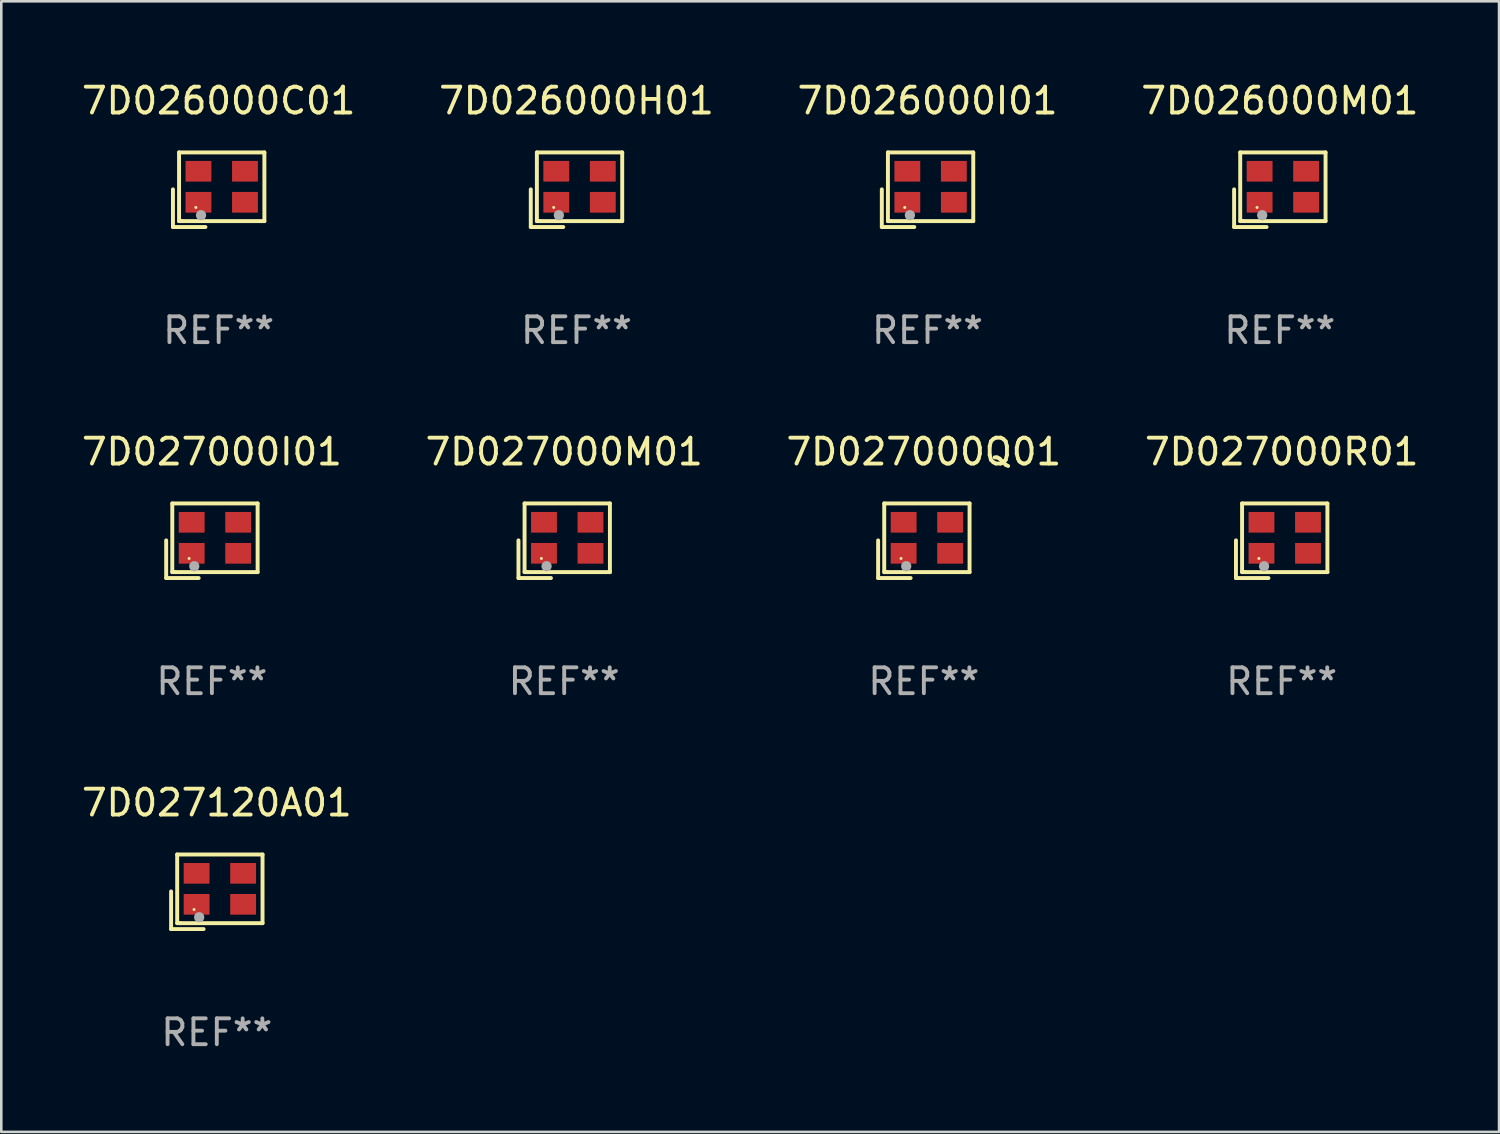
<source format=kicad_pcb>
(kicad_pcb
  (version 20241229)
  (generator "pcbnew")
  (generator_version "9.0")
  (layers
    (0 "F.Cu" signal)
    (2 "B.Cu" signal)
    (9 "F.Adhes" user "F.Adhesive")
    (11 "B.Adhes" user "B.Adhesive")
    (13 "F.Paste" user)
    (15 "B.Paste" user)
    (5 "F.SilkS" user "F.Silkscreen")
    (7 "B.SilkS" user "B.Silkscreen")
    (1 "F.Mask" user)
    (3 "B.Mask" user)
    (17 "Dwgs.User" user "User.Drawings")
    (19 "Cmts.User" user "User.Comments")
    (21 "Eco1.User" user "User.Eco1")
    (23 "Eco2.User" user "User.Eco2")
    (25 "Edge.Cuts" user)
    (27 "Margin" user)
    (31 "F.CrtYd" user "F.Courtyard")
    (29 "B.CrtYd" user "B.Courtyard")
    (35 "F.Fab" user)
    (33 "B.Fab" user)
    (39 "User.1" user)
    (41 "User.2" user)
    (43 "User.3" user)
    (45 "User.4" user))
  (footprint "7D026000H01"
    (layer "F.Cu")
    (at 19.256 4.291)
    (property "Reference" "7D026000H01" (at 0 -3.443 0) (layer "F.SilkS") (effects (font (size 1 1) (thickness 0.15))))
    (attr through_hole)
    (fp_line (start -1.769 -0.014) (end -1.769 1.443) (stroke (width 0.152) (type solid)) (layer "F.SilkS"))
    (fp_line (start -1.769 1.443) (end -0.512 1.443) (stroke (width 0.152) (type solid)) (layer "F.SilkS"))
    (fp_line (start -1.533 -1.443) (end 1.769 -1.443) (stroke (width 0.152) (type solid)) (layer "F.SilkS"))
    (fp_line (start -1.533 1.214) (end -1.533 -1.443) (stroke (width 0.152) (type solid)) (layer "F.SilkS"))
    (fp_line (start -1.411 1.214) (end -1.533 1.214) (stroke (width 0.152) (type solid)) (layer "F.SilkS"))
    (fp_line (start 1.769 -1.443) (end 1.769 1.214) (stroke (width 0.152) (type solid)) (layer "F.SilkS"))
    (fp_line (start 1.769 1.214) (end -1.411 1.214) (stroke (width 0.152) (type solid)) (layer "F.SilkS"))
    (fp_circle (center -0.882 0.686) (end -0.852 0.686) (stroke (width 0.06) (type solid)) (fill no) (layer "F.SilkS"))
    (fp_circle (center -0.682 0.986) (end -0.582 0.986) (stroke (width 0.2) (type solid)) (fill no) (layer "F.Fab"))
    (fp_text user "REF**" (at 0 5.443 0) (layer "F.Fab") (effects (font (size 1 1) (thickness 0.15))))
    (pad "1" smd rect (at -0.782 0.486 90) (size 0.8 1) (layers "F.Cu" "F.Mask" "F.Paste"))
    (pad "2" smd rect (at 1.018 0.486 90) (size 0.8 1) (layers "F.Cu" "F.Mask" "F.Paste"))
    (pad "3" smd rect (at 1.018 -0.714 90) (size 0.8 1) (layers "F.Cu" "F.Mask" "F.Paste"))
    (pad "4" smd rect (at -0.782 -0.714 90) (size 0.8 1) (layers "F.Cu" "F.Mask" "F.Paste")))
  (footprint "7D027000R01"
    (layer "F.Cu")
    (at 46.542 17.873)
    (property "Reference" "7D027000R01" (at 0 -3.443 0) (layer "F.SilkS") (effects (font (size 1 1) (thickness 0.15))))
    (attr through_hole)
    (fp_line (start -1.769 -0.014) (end -1.769 1.443) (stroke (width 0.152) (type solid)) (layer "F.SilkS"))
    (fp_line (start -1.769 1.443) (end -0.512 1.443) (stroke (width 0.152) (type solid)) (layer "F.SilkS"))
    (fp_line (start -1.533 -1.443) (end 1.769 -1.443) (stroke (width 0.152) (type solid)) (layer "F.SilkS"))
    (fp_line (start -1.533 1.214) (end -1.533 -1.443) (stroke (width 0.152) (type solid)) (layer "F.SilkS"))
    (fp_line (start -1.411 1.214) (end -1.533 1.214) (stroke (width 0.152) (type solid)) (layer "F.SilkS"))
    (fp_line (start 1.769 -1.443) (end 1.769 1.214) (stroke (width 0.152) (type solid)) (layer "F.SilkS"))
    (fp_line (start 1.769 1.214) (end -1.411 1.214) (stroke (width 0.152) (type solid)) (layer "F.SilkS"))
    (fp_circle (center -0.882 0.686) (end -0.852 0.686) (stroke (width 0.06) (type solid)) (fill no) (layer "F.SilkS"))
    (fp_circle (center -0.682 0.986) (end -0.582 0.986) (stroke (width 0.2) (type solid)) (fill no) (layer "F.Fab"))
    (fp_text user "REF**" (at 0 5.443 0) (layer "F.Fab") (effects (font (size 1 1) (thickness 0.15))))
    (pad "1" smd rect (at -0.782 0.486 90) (size 0.8 1) (layers "F.Cu" "F.Mask" "F.Paste"))
    (pad "2" smd rect (at 1.018 0.486 90) (size 0.8 1) (layers "F.Cu" "F.Mask" "F.Paste"))
    (pad "3" smd rect (at 1.018 -0.714 90) (size 0.8 1) (layers "F.Cu" "F.Mask" "F.Paste"))
    (pad "4" smd rect (at -0.782 -0.714 90) (size 0.8 1) (layers "F.Cu" "F.Mask" "F.Paste")))
  (footprint "7D027000M01"
    (layer "F.Cu")
    (at 18.78 17.873)
    (property "Reference" "7D027000M01" (at 0 -3.443 0) (layer "F.SilkS") (effects (font (size 1 1) (thickness 0.15))))
    (attr through_hole)
    (fp_line (start -1.769 -0.014) (end -1.769 1.443) (stroke (width 0.152) (type solid)) (layer "F.SilkS"))
    (fp_line (start -1.769 1.443) (end -0.512 1.443) (stroke (width 0.152) (type solid)) (layer "F.SilkS"))
    (fp_line (start -1.533 -1.443) (end 1.769 -1.443) (stroke (width 0.152) (type solid)) (layer "F.SilkS"))
    (fp_line (start -1.533 1.214) (end -1.533 -1.443) (stroke (width 0.152) (type solid)) (layer "F.SilkS"))
    (fp_line (start -1.411 1.214) (end -1.533 1.214) (stroke (width 0.152) (type solid)) (layer "F.SilkS"))
    (fp_line (start 1.769 -1.443) (end 1.769 1.214) (stroke (width 0.152) (type solid)) (layer "F.SilkS"))
    (fp_line (start 1.769 1.214) (end -1.411 1.214) (stroke (width 0.152) (type solid)) (layer "F.SilkS"))
    (fp_circle (center -0.882 0.686) (end -0.852 0.686) (stroke (width 0.06) (type solid)) (fill no) (layer "F.SilkS"))
    (fp_circle (center -0.682 0.986) (end -0.582 0.986) (stroke (width 0.2) (type solid)) (fill no) (layer "F.Fab"))
    (fp_text user "REF**" (at 0 5.443 0) (layer "F.Fab") (effects (font (size 1 1) (thickness 0.15))))
    (pad "1" smd rect (at -0.782 0.486 90) (size 0.8 1) (layers "F.Cu" "F.Mask" "F.Paste"))
    (pad "2" smd rect (at 1.018 0.486 90) (size 0.8 1) (layers "F.Cu" "F.Mask" "F.Paste"))
    (pad "3" smd rect (at 1.018 -0.714 90) (size 0.8 1) (layers "F.Cu" "F.Mask" "F.Paste"))
    (pad "4" smd rect (at -0.782 -0.714 90) (size 0.8 1) (layers "F.Cu" "F.Mask" "F.Paste")))
  (footprint "7D027120A01"
    (layer "F.Cu")
    (at 5.339 31.455)
    (property "Reference" "7D027120A01" (at 0 -3.443 0) (layer "F.SilkS") (effects (font (size 1 1) (thickness 0.15))))
    (attr through_hole)
    (fp_line (start -1.769 -0.014) (end -1.769 1.443) (stroke (width 0.152) (type solid)) (layer "F.SilkS"))
    (fp_line (start -1.769 1.443) (end -0.512 1.443) (stroke (width 0.152) (type solid)) (layer "F.SilkS"))
    (fp_line (start -1.533 -1.443) (end 1.769 -1.443) (stroke (width 0.152) (type solid)) (layer "F.SilkS"))
    (fp_line (start -1.533 1.214) (end -1.533 -1.443) (stroke (width 0.152) (type solid)) (layer "F.SilkS"))
    (fp_line (start -1.411 1.214) (end -1.533 1.214) (stroke (width 0.152) (type solid)) (layer "F.SilkS"))
    (fp_line (start 1.769 -1.443) (end 1.769 1.214) (stroke (width 0.152) (type solid)) (layer "F.SilkS"))
    (fp_line (start 1.769 1.214) (end -1.411 1.214) (stroke (width 0.152) (type solid)) (layer "F.SilkS"))
    (fp_circle (center -0.882 0.686) (end -0.852 0.686) (stroke (width 0.06) (type solid)) (fill no) (layer "F.SilkS"))
    (fp_circle (center -0.682 0.986) (end -0.582 0.986) (stroke (width 0.2) (type solid)) (fill no) (layer "F.Fab"))
    (fp_text user "REF**" (at 0 5.443 0) (layer "F.Fab") (effects (font (size 1 1) (thickness 0.15))))
    (pad "1" smd rect (at -0.782 0.486 90) (size 0.8 1) (layers "F.Cu" "F.Mask" "F.Paste"))
    (pad "2" smd rect (at 1.018 0.486 90) (size 0.8 1) (layers "F.Cu" "F.Mask" "F.Paste"))
    (pad "3" smd rect (at 1.018 -0.714 90) (size 0.8 1) (layers "F.Cu" "F.Mask" "F.Paste"))
    (pad "4" smd rect (at -0.782 -0.714 90) (size 0.8 1) (layers "F.Cu" "F.Mask" "F.Paste")))
  (footprint "7D027000Q01"
    (layer "F.Cu")
    (at 32.696 17.873)
    (property "Reference" "7D027000Q01" (at 0 -3.443 0) (layer "F.SilkS") (effects (font (size 1 1) (thickness 0.15))))
    (attr through_hole)
    (fp_line (start -1.769 -0.014) (end -1.769 1.443) (stroke (width 0.152) (type solid)) (layer "F.SilkS"))
    (fp_line (start -1.769 1.443) (end -0.512 1.443) (stroke (width 0.152) (type solid)) (layer "F.SilkS"))
    (fp_line (start -1.533 -1.443) (end 1.769 -1.443) (stroke (width 0.152) (type solid)) (layer "F.SilkS"))
    (fp_line (start -1.533 1.214) (end -1.533 -1.443) (stroke (width 0.152) (type solid)) (layer "F.SilkS"))
    (fp_line (start -1.411 1.214) (end -1.533 1.214) (stroke (width 0.152) (type solid)) (layer "F.SilkS"))
    (fp_line (start 1.769 -1.443) (end 1.769 1.214) (stroke (width 0.152) (type solid)) (layer "F.SilkS"))
    (fp_line (start 1.769 1.214) (end -1.411 1.214) (stroke (width 0.152) (type solid)) (layer "F.SilkS"))
    (fp_circle (center -0.882 0.686) (end -0.852 0.686) (stroke (width 0.06) (type solid)) (fill no) (layer "F.SilkS"))
    (fp_circle (center -0.682 0.986) (end -0.582 0.986) (stroke (width 0.2) (type solid)) (fill no) (layer "F.Fab"))
    (fp_text user "REF**" (at 0 5.443 0) (layer "F.Fab") (effects (font (size 1 1) (thickness 0.15))))
    (pad "1" smd rect (at -0.782 0.486 90) (size 0.8 1) (layers "F.Cu" "F.Mask" "F.Paste"))
    (pad "2" smd rect (at 1.018 0.486 90) (size 0.8 1) (layers "F.Cu" "F.Mask" "F.Paste"))
    (pad "3" smd rect (at 1.018 -0.714 90) (size 0.8 1) (layers "F.Cu" "F.Mask" "F.Paste"))
    (pad "4" smd rect (at -0.782 -0.714 90) (size 0.8 1) (layers "F.Cu" "F.Mask" "F.Paste")))
  (footprint "7D026000M01"
    (layer "F.Cu")
    (at 46.47 4.291)
    (property "Reference" "7D026000M01" (at 0 -3.443 0) (layer "F.SilkS") (effects (font (size 1 1) (thickness 0.15))))
    (attr through_hole)
    (fp_line (start -1.769 -0.014) (end -1.769 1.443) (stroke (width 0.152) (type solid)) (layer "F.SilkS"))
    (fp_line (start -1.769 1.443) (end -0.512 1.443) (stroke (width 0.152) (type solid)) (layer "F.SilkS"))
    (fp_line (start -1.533 -1.443) (end 1.769 -1.443) (stroke (width 0.152) (type solid)) (layer "F.SilkS"))
    (fp_line (start -1.533 1.214) (end -1.533 -1.443) (stroke (width 0.152) (type solid)) (layer "F.SilkS"))
    (fp_line (start -1.411 1.214) (end -1.533 1.214) (stroke (width 0.152) (type solid)) (layer "F.SilkS"))
    (fp_line (start 1.769 -1.443) (end 1.769 1.214) (stroke (width 0.152) (type solid)) (layer "F.SilkS"))
    (fp_line (start 1.769 1.214) (end -1.411 1.214) (stroke (width 0.152) (type solid)) (layer "F.SilkS"))
    (fp_circle (center -0.882 0.686) (end -0.852 0.686) (stroke (width 0.06) (type solid)) (fill no) (layer "F.SilkS"))
    (fp_circle (center -0.682 0.986) (end -0.582 0.986) (stroke (width 0.2) (type solid)) (fill no) (layer "F.Fab"))
    (fp_text user "REF**" (at 0 5.443 0) (layer "F.Fab") (effects (font (size 1 1) (thickness 0.15))))
    (pad "1" smd rect (at -0.782 0.486 90) (size 0.8 1) (layers "F.Cu" "F.Mask" "F.Paste"))
    (pad "2" smd rect (at 1.018 0.486 90) (size 0.8 1) (layers "F.Cu" "F.Mask" "F.Paste"))
    (pad "3" smd rect (at 1.018 -0.714 90) (size 0.8 1) (layers "F.Cu" "F.Mask" "F.Paste"))
    (pad "4" smd rect (at -0.782 -0.714 90) (size 0.8 1) (layers "F.Cu" "F.Mask" "F.Paste")))
  (footprint "7D027000I01"
    (layer "F.Cu")
    (at 5.149 17.873)
    (property "Reference" "7D027000I01" (at 0 -3.443 0) (layer "F.SilkS") (effects (font (size 1 1) (thickness 0.15))))
    (attr through_hole)
    (fp_line (start -1.769 -0.014) (end -1.769 1.443) (stroke (width 0.152) (type solid)) (layer "F.SilkS"))
    (fp_line (start -1.769 1.443) (end -0.512 1.443) (stroke (width 0.152) (type solid)) (layer "F.SilkS"))
    (fp_line (start -1.533 -1.443) (end 1.769 -1.443) (stroke (width 0.152) (type solid)) (layer "F.SilkS"))
    (fp_line (start -1.533 1.214) (end -1.533 -1.443) (stroke (width 0.152) (type solid)) (layer "F.SilkS"))
    (fp_line (start -1.411 1.214) (end -1.533 1.214) (stroke (width 0.152) (type solid)) (layer "F.SilkS"))
    (fp_line (start 1.769 -1.443) (end 1.769 1.214) (stroke (width 0.152) (type solid)) (layer "F.SilkS"))
    (fp_line (start 1.769 1.214) (end -1.411 1.214) (stroke (width 0.152) (type solid)) (layer "F.SilkS"))
    (fp_circle (center -0.882 0.686) (end -0.852 0.686) (stroke (width 0.06) (type solid)) (fill no) (layer "F.SilkS"))
    (fp_circle (center -0.682 0.986) (end -0.582 0.986) (stroke (width 0.2) (type solid)) (fill no) (layer "F.Fab"))
    (fp_text user "REF**" (at 0 5.443 0) (layer "F.Fab") (effects (font (size 1 1) (thickness 0.15))))
    (pad "1" smd rect (at -0.782 0.486 90) (size 0.8 1) (layers "F.Cu" "F.Mask" "F.Paste"))
    (pad "2" smd rect (at 1.018 0.486 90) (size 0.8 1) (layers "F.Cu" "F.Mask" "F.Paste"))
    (pad "3" smd rect (at 1.018 -0.714 90) (size 0.8 1) (layers "F.Cu" "F.Mask" "F.Paste"))
    (pad "4" smd rect (at -0.782 -0.714 90) (size 0.8 1) (layers "F.Cu" "F.Mask" "F.Paste")))
  (footprint "7D026000I01"
    (layer "F.Cu")
    (at 32.839 4.291)
    (property "Reference" "7D026000I01" (at 0 -3.443 0) (layer "F.SilkS") (effects (font (size 1 1) (thickness 0.15))))
    (attr through_hole)
    (fp_line (start -1.769 -0.014) (end -1.769 1.443) (stroke (width 0.152) (type solid)) (layer "F.SilkS"))
    (fp_line (start -1.769 1.443) (end -0.512 1.443) (stroke (width 0.152) (type solid)) (layer "F.SilkS"))
    (fp_line (start -1.533 -1.443) (end 1.769 -1.443) (stroke (width 0.152) (type solid)) (layer "F.SilkS"))
    (fp_line (start -1.533 1.214) (end -1.533 -1.443) (stroke (width 0.152) (type solid)) (layer "F.SilkS"))
    (fp_line (start -1.411 1.214) (end -1.533 1.214) (stroke (width 0.152) (type solid)) (layer "F.SilkS"))
    (fp_line (start 1.769 -1.443) (end 1.769 1.214) (stroke (width 0.152) (type solid)) (layer "F.SilkS"))
    (fp_line (start 1.769 1.214) (end -1.411 1.214) (stroke (width 0.152) (type solid)) (layer "F.SilkS"))
    (fp_circle (center -0.882 0.686) (end -0.852 0.686) (stroke (width 0.06) (type solid)) (fill no) (layer "F.SilkS"))
    (fp_circle (center -0.682 0.986) (end -0.582 0.986) (stroke (width 0.2) (type solid)) (fill no) (layer "F.Fab"))
    (fp_text user "REF**" (at 0 5.443 0) (layer "F.Fab") (effects (font (size 1 1) (thickness 0.15))))
    (pad "1" smd rect (at -0.782 0.486 90) (size 0.8 1) (layers "F.Cu" "F.Mask" "F.Paste"))
    (pad "2" smd rect (at 1.018 0.486 90) (size 0.8 1) (layers "F.Cu" "F.Mask" "F.Paste"))
    (pad "3" smd rect (at 1.018 -0.714 90) (size 0.8 1) (layers "F.Cu" "F.Mask" "F.Paste"))
    (pad "4" smd rect (at -0.782 -0.714 90) (size 0.8 1) (layers "F.Cu" "F.Mask" "F.Paste")))
  (footprint "7D026000C01"
    (layer "F.Cu")
    (at 5.411 4.291)
    (property "Reference" "7D026000C01" (at 0 -3.443 0) (layer "F.SilkS") (effects (font (size 1 1) (thickness 0.15))))
    (attr through_hole)
    (fp_line (start -1.769 -0.014) (end -1.769 1.443) (stroke (width 0.152) (type solid)) (layer "F.SilkS"))
    (fp_line (start -1.769 1.443) (end -0.512 1.443) (stroke (width 0.152) (type solid)) (layer "F.SilkS"))
    (fp_line (start -1.533 -1.443) (end 1.769 -1.443) (stroke (width 0.152) (type solid)) (layer "F.SilkS"))
    (fp_line (start -1.533 1.214) (end -1.533 -1.443) (stroke (width 0.152) (type solid)) (layer "F.SilkS"))
    (fp_line (start -1.411 1.214) (end -1.533 1.214) (stroke (width 0.152) (type solid)) (layer "F.SilkS"))
    (fp_line (start 1.769 -1.443) (end 1.769 1.214) (stroke (width 0.152) (type solid)) (layer "F.SilkS"))
    (fp_line (start 1.769 1.214) (end -1.411 1.214) (stroke (width 0.152) (type solid)) (layer "F.SilkS"))
    (fp_circle (center -0.882 0.686) (end -0.852 0.686) (stroke (width 0.06) (type solid)) (fill no) (layer "F.SilkS"))
    (fp_circle (center -0.682 0.986) (end -0.582 0.986) (stroke (width 0.2) (type solid)) (fill no) (layer "F.Fab"))
    (fp_text user "REF**" (at 0 5.443 0) (layer "F.Fab") (effects (font (size 1 1) (thickness 0.15))))
    (pad "1" smd rect (at -0.782 0.486 90) (size 0.8 1) (layers "F.Cu" "F.Mask" "F.Paste"))
    (pad "2" smd rect (at 1.018 0.486 90) (size 0.8 1) (layers "F.Cu" "F.Mask" "F.Paste"))
    (pad "3" smd rect (at 1.018 -0.714 90) (size 0.8 1) (layers "F.Cu" "F.Mask" "F.Paste"))
    (pad "4" smd rect (at -0.782 -0.714 90) (size 0.8 1) (layers "F.Cu" "F.Mask" "F.Paste")))
  (gr_rect
    (start -3 -3)
    (end 54.952 40.746)
    (stroke (width 0.1) (type default))
    (fill no)
    (layer "Edge.Cuts")))
</source>
